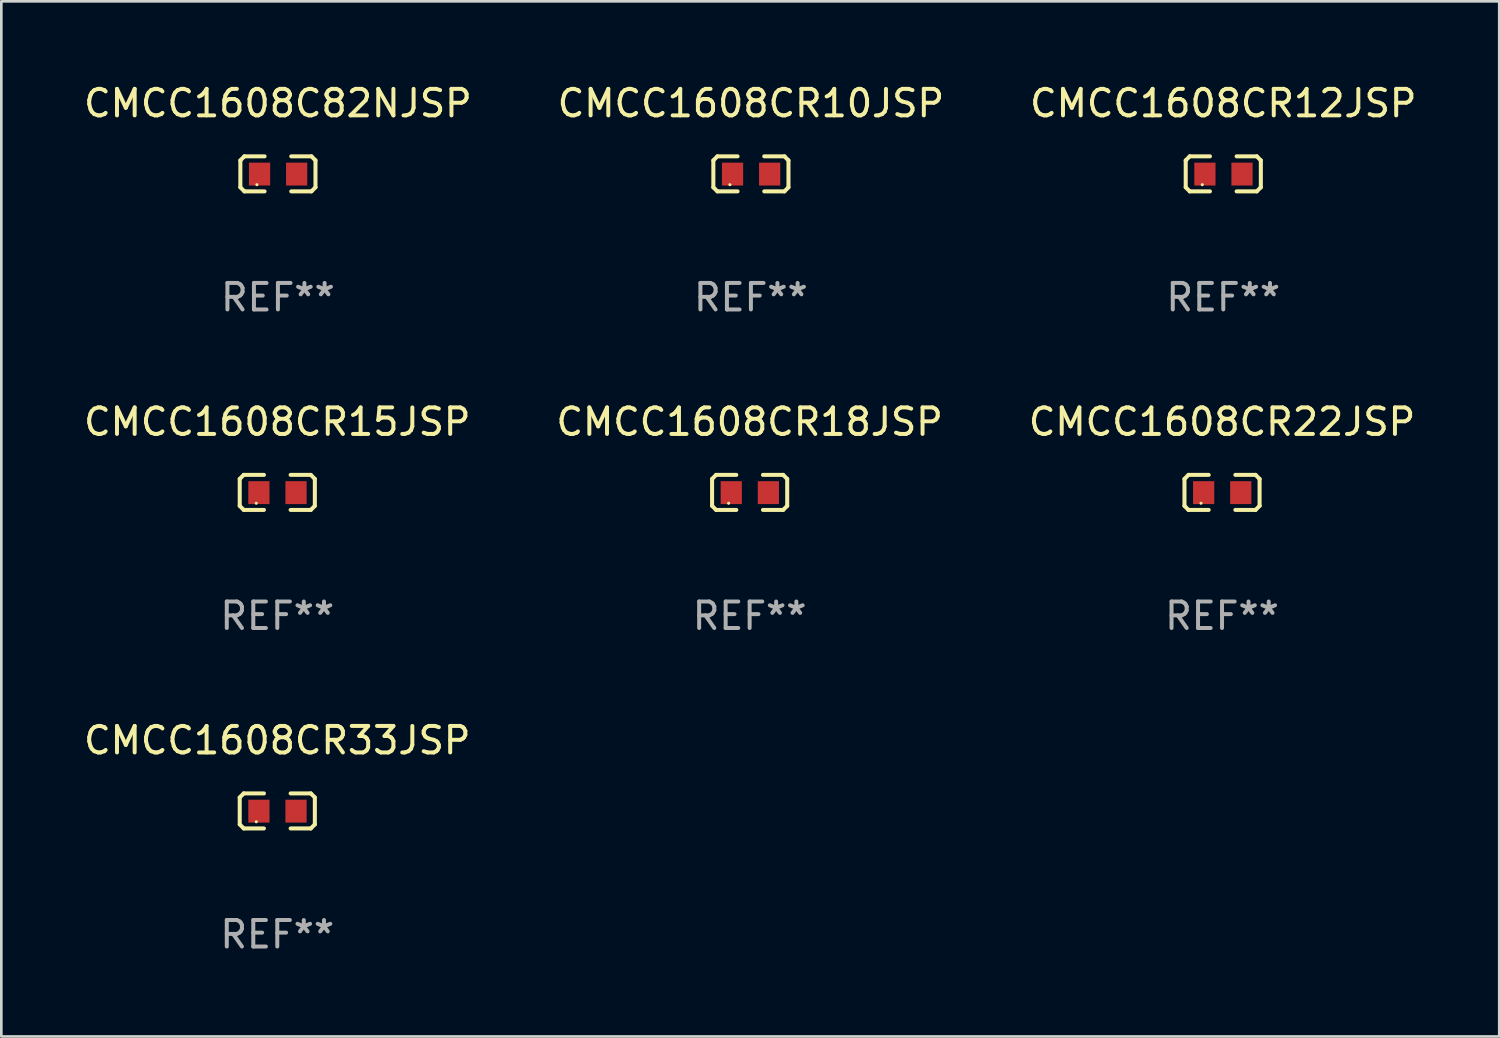
<source format=kicad_pcb>
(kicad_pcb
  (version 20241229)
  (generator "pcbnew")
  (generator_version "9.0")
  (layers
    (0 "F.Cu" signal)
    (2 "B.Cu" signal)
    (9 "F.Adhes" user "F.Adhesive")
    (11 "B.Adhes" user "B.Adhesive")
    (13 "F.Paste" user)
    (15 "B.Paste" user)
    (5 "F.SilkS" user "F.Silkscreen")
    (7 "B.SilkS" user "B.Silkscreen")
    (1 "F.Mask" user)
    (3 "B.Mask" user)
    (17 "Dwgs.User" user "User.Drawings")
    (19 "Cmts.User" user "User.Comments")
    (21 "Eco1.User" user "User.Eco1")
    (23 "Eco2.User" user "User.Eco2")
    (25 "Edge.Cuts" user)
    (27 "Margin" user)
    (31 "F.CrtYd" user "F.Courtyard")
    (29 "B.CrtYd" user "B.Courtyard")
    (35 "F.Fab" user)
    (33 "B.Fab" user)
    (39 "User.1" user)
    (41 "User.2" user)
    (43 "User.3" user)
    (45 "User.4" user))
  (footprint "CMCC1608CR15JSP"
    (layer "F.Cu")
    (at 7.411 15.527)
    (property "Reference" "CMCC1608CR15JSP" (at 0 -2.661 0) (layer "F.SilkS") (effects (font (size 1 1) (thickness 0.15))))
    (attr through_hole)
    (fp_line (start -1.417 -0.508) (end -1.265 -0.661) (stroke (width 0.152) (type solid)) (layer "F.SilkS"))
    (fp_line (start -1.417 0.508) (end -1.417 -0.508) (stroke (width 0.152) (type solid)) (layer "F.SilkS"))
    (fp_line (start -1.265 -0.661) (end -0.503 -0.661) (stroke (width 0.152) (type solid)) (layer "F.SilkS"))
    (fp_line (start -1.265 0.661) (end -1.417 0.508) (stroke (width 0.152) (type solid)) (layer "F.SilkS"))
    (fp_line (start -1.265 0.661) (end -0.503 0.661) (stroke (width 0.152) (type solid)) (layer "F.SilkS"))
    (fp_line (start 1.265 -0.661) (end 0.503 -0.661) (stroke (width 0.152) (type solid)) (layer "F.SilkS"))
    (fp_line (start 1.265 -0.661) (end 1.417 -0.508) (stroke (width 0.152) (type solid)) (layer "F.SilkS"))
    (fp_line (start 1.265 0.661) (end 0.503 0.661) (stroke (width 0.152) (type solid)) (layer "F.SilkS"))
    (fp_line (start 1.417 -0.508) (end 1.417 0.508) (stroke (width 0.152) (type solid)) (layer "F.SilkS"))
    (fp_line (start 1.417 0.508) (end 1.265 0.661) (stroke (width 0.152) (type solid)) (layer "F.SilkS"))
    (fp_circle (center -0.793 0.409) (end -0.763 0.409) (stroke (width 0.06) (type solid)) (fill no) (layer "F.SilkS"))
    (fp_text user "REF**" (at 0 4.661 0) (layer "F.Fab") (effects (font (size 1 1) (thickness 0.15))))
    (pad "1" smd rect (at -0.693 0.009 180) (size 0.8 0.864) (layers "F.Cu" "F.Mask" "F.Paste"))
    (pad "2" smd rect (at 0.707 0.009 180) (size 0.8 0.864) (layers "F.Cu" "F.Mask" "F.Paste")))
  (footprint "CMCC1608CR10JSP"
    (layer "F.Cu")
    (at 25.28 3.509)
    (property "Reference" "CMCC1608CR10JSP" (at 0 -2.661 0) (layer "F.SilkS") (effects (font (size 1 1) (thickness 0.15))))
    (attr through_hole)
    (fp_line (start -1.417 -0.508) (end -1.265 -0.661) (stroke (width 0.152) (type solid)) (layer "F.SilkS"))
    (fp_line (start -1.417 0.508) (end -1.417 -0.508) (stroke (width 0.152) (type solid)) (layer "F.SilkS"))
    (fp_line (start -1.265 -0.661) (end -0.503 -0.661) (stroke (width 0.152) (type solid)) (layer "F.SilkS"))
    (fp_line (start -1.265 0.661) (end -1.417 0.508) (stroke (width 0.152) (type solid)) (layer "F.SilkS"))
    (fp_line (start -1.265 0.661) (end -0.503 0.661) (stroke (width 0.152) (type solid)) (layer "F.SilkS"))
    (fp_line (start 1.265 -0.661) (end 0.503 -0.661) (stroke (width 0.152) (type solid)) (layer "F.SilkS"))
    (fp_line (start 1.265 -0.661) (end 1.417 -0.508) (stroke (width 0.152) (type solid)) (layer "F.SilkS"))
    (fp_line (start 1.265 0.661) (end 0.503 0.661) (stroke (width 0.152) (type solid)) (layer "F.SilkS"))
    (fp_line (start 1.417 -0.508) (end 1.417 0.508) (stroke (width 0.152) (type solid)) (layer "F.SilkS"))
    (fp_line (start 1.417 0.508) (end 1.265 0.661) (stroke (width 0.152) (type solid)) (layer "F.SilkS"))
    (fp_circle (center -0.793 0.409) (end -0.763 0.409) (stroke (width 0.06) (type solid)) (fill no) (layer "F.SilkS"))
    (fp_text user "REF**" (at 0 4.661 0) (layer "F.Fab") (effects (font (size 1 1) (thickness 0.15))))
    (pad "1" smd rect (at -0.693 0.009 180) (size 0.8 0.864) (layers "F.Cu" "F.Mask" "F.Paste"))
    (pad "2" smd rect (at 0.707 0.009 180) (size 0.8 0.864) (layers "F.Cu" "F.Mask" "F.Paste")))
  (footprint "CMCC1608CR22JSP"
    (layer "F.Cu")
    (at 43.054 15.527)
    (property "Reference" "CMCC1608CR22JSP" (at 0 -2.661 0) (layer "F.SilkS") (effects (font (size 1 1) (thickness 0.15))))
    (attr through_hole)
    (fp_line (start -1.417 -0.508) (end -1.265 -0.661) (stroke (width 0.152) (type solid)) (layer "F.SilkS"))
    (fp_line (start -1.417 0.508) (end -1.417 -0.508) (stroke (width 0.152) (type solid)) (layer "F.SilkS"))
    (fp_line (start -1.265 -0.661) (end -0.503 -0.661) (stroke (width 0.152) (type solid)) (layer "F.SilkS"))
    (fp_line (start -1.265 0.661) (end -1.417 0.508) (stroke (width 0.152) (type solid)) (layer "F.SilkS"))
    (fp_line (start -1.265 0.661) (end -0.503 0.661) (stroke (width 0.152) (type solid)) (layer "F.SilkS"))
    (fp_line (start 1.265 -0.661) (end 0.503 -0.661) (stroke (width 0.152) (type solid)) (layer "F.SilkS"))
    (fp_line (start 1.265 -0.661) (end 1.417 -0.508) (stroke (width 0.152) (type solid)) (layer "F.SilkS"))
    (fp_line (start 1.265 0.661) (end 0.503 0.661) (stroke (width 0.152) (type solid)) (layer "F.SilkS"))
    (fp_line (start 1.417 -0.508) (end 1.417 0.508) (stroke (width 0.152) (type solid)) (layer "F.SilkS"))
    (fp_line (start 1.417 0.508) (end 1.265 0.661) (stroke (width 0.152) (type solid)) (layer "F.SilkS"))
    (fp_circle (center -0.793 0.409) (end -0.763 0.409) (stroke (width 0.06) (type solid)) (fill no) (layer "F.SilkS"))
    (fp_text user "REF**" (at 0 4.661 0) (layer "F.Fab") (effects (font (size 1 1) (thickness 0.15))))
    (pad "1" smd rect (at -0.693 0.009 180) (size 0.8 0.864) (layers "F.Cu" "F.Mask" "F.Paste"))
    (pad "2" smd rect (at 0.707 0.009 180) (size 0.8 0.864) (layers "F.Cu" "F.Mask" "F.Paste")))
  (footprint "CMCC1608CR12JSP"
    (layer "F.Cu")
    (at 43.101 3.509)
    (property "Reference" "CMCC1608CR12JSP" (at 0 -2.661 0) (layer "F.SilkS") (effects (font (size 1 1) (thickness 0.15))))
    (attr through_hole)
    (fp_line (start -1.417 -0.508) (end -1.265 -0.661) (stroke (width 0.152) (type solid)) (layer "F.SilkS"))
    (fp_line (start -1.417 0.508) (end -1.417 -0.508) (stroke (width 0.152) (type solid)) (layer "F.SilkS"))
    (fp_line (start -1.265 -0.661) (end -0.503 -0.661) (stroke (width 0.152) (type solid)) (layer "F.SilkS"))
    (fp_line (start -1.265 0.661) (end -1.417 0.508) (stroke (width 0.152) (type solid)) (layer "F.SilkS"))
    (fp_line (start -1.265 0.661) (end -0.503 0.661) (stroke (width 0.152) (type solid)) (layer "F.SilkS"))
    (fp_line (start 1.265 -0.661) (end 0.503 -0.661) (stroke (width 0.152) (type solid)) (layer "F.SilkS"))
    (fp_line (start 1.265 -0.661) (end 1.417 -0.508) (stroke (width 0.152) (type solid)) (layer "F.SilkS"))
    (fp_line (start 1.265 0.661) (end 0.503 0.661) (stroke (width 0.152) (type solid)) (layer "F.SilkS"))
    (fp_line (start 1.417 -0.508) (end 1.417 0.508) (stroke (width 0.152) (type solid)) (layer "F.SilkS"))
    (fp_line (start 1.417 0.508) (end 1.265 0.661) (stroke (width 0.152) (type solid)) (layer "F.SilkS"))
    (fp_circle (center -0.793 0.409) (end -0.763 0.409) (stroke (width 0.06) (type solid)) (fill no) (layer "F.SilkS"))
    (fp_text user "REF**" (at 0 4.661 0) (layer "F.Fab") (effects (font (size 1 1) (thickness 0.15))))
    (pad "1" smd rect (at -0.693 0.009 180) (size 0.8 0.864) (layers "F.Cu" "F.Mask" "F.Paste"))
    (pad "2" smd rect (at 0.707 0.009 180) (size 0.8 0.864) (layers "F.Cu" "F.Mask" "F.Paste")))
  (footprint "CMCC1608C82NJSP"
    (layer "F.Cu")
    (at 7.435 3.509)
    (property "Reference" "CMCC1608C82NJSP" (at 0 -2.661 0) (layer "F.SilkS") (effects (font (size 1 1) (thickness 0.15))))
    (attr through_hole)
    (fp_line (start -1.417 -0.508) (end -1.265 -0.661) (stroke (width 0.152) (type solid)) (layer "F.SilkS"))
    (fp_line (start -1.417 0.508) (end -1.417 -0.508) (stroke (width 0.152) (type solid)) (layer "F.SilkS"))
    (fp_line (start -1.265 -0.661) (end -0.503 -0.661) (stroke (width 0.152) (type solid)) (layer "F.SilkS"))
    (fp_line (start -1.265 0.661) (end -1.417 0.508) (stroke (width 0.152) (type solid)) (layer "F.SilkS"))
    (fp_line (start -1.265 0.661) (end -0.503 0.661) (stroke (width 0.152) (type solid)) (layer "F.SilkS"))
    (fp_line (start 1.265 -0.661) (end 0.503 -0.661) (stroke (width 0.152) (type solid)) (layer "F.SilkS"))
    (fp_line (start 1.265 -0.661) (end 1.417 -0.508) (stroke (width 0.152) (type solid)) (layer "F.SilkS"))
    (fp_line (start 1.265 0.661) (end 0.503 0.661) (stroke (width 0.152) (type solid)) (layer "F.SilkS"))
    (fp_line (start 1.417 -0.508) (end 1.417 0.508) (stroke (width 0.152) (type solid)) (layer "F.SilkS"))
    (fp_line (start 1.417 0.508) (end 1.265 0.661) (stroke (width 0.152) (type solid)) (layer "F.SilkS"))
    (fp_circle (center -0.793 0.409) (end -0.763 0.409) (stroke (width 0.06) (type solid)) (fill no) (layer "F.SilkS"))
    (fp_text user "REF**" (at 0 4.661 0) (layer "F.Fab") (effects (font (size 1 1) (thickness 0.15))))
    (pad "1" smd rect (at -0.693 0.009 180) (size 0.8 0.864) (layers "F.Cu" "F.Mask" "F.Paste"))
    (pad "2" smd rect (at 0.707 0.009 180) (size 0.8 0.864) (layers "F.Cu" "F.Mask" "F.Paste")))
  (footprint "CMCC1608CR18JSP"
    (layer "F.Cu")
    (at 25.232 15.527)
    (property "Reference" "CMCC1608CR18JSP" (at 0 -2.661 0) (layer "F.SilkS") (effects (font (size 1 1) (thickness 0.15))))
    (attr through_hole)
    (fp_line (start -1.417 -0.508) (end -1.265 -0.661) (stroke (width 0.152) (type solid)) (layer "F.SilkS"))
    (fp_line (start -1.417 0.508) (end -1.417 -0.508) (stroke (width 0.152) (type solid)) (layer "F.SilkS"))
    (fp_line (start -1.265 -0.661) (end -0.503 -0.661) (stroke (width 0.152) (type solid)) (layer "F.SilkS"))
    (fp_line (start -1.265 0.661) (end -1.417 0.508) (stroke (width 0.152) (type solid)) (layer "F.SilkS"))
    (fp_line (start -1.265 0.661) (end -0.503 0.661) (stroke (width 0.152) (type solid)) (layer "F.SilkS"))
    (fp_line (start 1.265 -0.661) (end 0.503 -0.661) (stroke (width 0.152) (type solid)) (layer "F.SilkS"))
    (fp_line (start 1.265 -0.661) (end 1.417 -0.508) (stroke (width 0.152) (type solid)) (layer "F.SilkS"))
    (fp_line (start 1.265 0.661) (end 0.503 0.661) (stroke (width 0.152) (type solid)) (layer "F.SilkS"))
    (fp_line (start 1.417 -0.508) (end 1.417 0.508) (stroke (width 0.152) (type solid)) (layer "F.SilkS"))
    (fp_line (start 1.417 0.508) (end 1.265 0.661) (stroke (width 0.152) (type solid)) (layer "F.SilkS"))
    (fp_circle (center -0.793 0.409) (end -0.763 0.409) (stroke (width 0.06) (type solid)) (fill no) (layer "F.SilkS"))
    (fp_text user "REF**" (at 0 4.661 0) (layer "F.Fab") (effects (font (size 1 1) (thickness 0.15))))
    (pad "1" smd rect (at -0.693 0.009 180) (size 0.8 0.864) (layers "F.Cu" "F.Mask" "F.Paste"))
    (pad "2" smd rect (at 0.707 0.009 180) (size 0.8 0.864) (layers "F.Cu" "F.Mask" "F.Paste")))
  (footprint "CMCC1608CR33JSP"
    (layer "F.Cu")
    (at 7.411 27.544)
    (property "Reference" "CMCC1608CR33JSP" (at 0 -2.661 0) (layer "F.SilkS") (effects (font (size 1 1) (thickness 0.15))))
    (attr through_hole)
    (fp_line (start -1.417 -0.508) (end -1.265 -0.661) (stroke (width 0.152) (type solid)) (layer "F.SilkS"))
    (fp_line (start -1.417 0.508) (end -1.417 -0.508) (stroke (width 0.152) (type solid)) (layer "F.SilkS"))
    (fp_line (start -1.265 -0.661) (end -0.503 -0.661) (stroke (width 0.152) (type solid)) (layer "F.SilkS"))
    (fp_line (start -1.265 0.661) (end -1.417 0.508) (stroke (width 0.152) (type solid)) (layer "F.SilkS"))
    (fp_line (start -1.265 0.661) (end -0.503 0.661) (stroke (width 0.152) (type solid)) (layer "F.SilkS"))
    (fp_line (start 1.265 -0.661) (end 0.503 -0.661) (stroke (width 0.152) (type solid)) (layer "F.SilkS"))
    (fp_line (start 1.265 -0.661) (end 1.417 -0.508) (stroke (width 0.152) (type solid)) (layer "F.SilkS"))
    (fp_line (start 1.265 0.661) (end 0.503 0.661) (stroke (width 0.152) (type solid)) (layer "F.SilkS"))
    (fp_line (start 1.417 -0.508) (end 1.417 0.508) (stroke (width 0.152) (type solid)) (layer "F.SilkS"))
    (fp_line (start 1.417 0.508) (end 1.265 0.661) (stroke (width 0.152) (type solid)) (layer "F.SilkS"))
    (fp_circle (center -0.793 0.409) (end -0.763 0.409) (stroke (width 0.06) (type solid)) (fill no) (layer "F.SilkS"))
    (fp_text user "REF**" (at 0 4.661 0) (layer "F.Fab") (effects (font (size 1 1) (thickness 0.15))))
    (pad "1" smd rect (at -0.693 0.009 180) (size 0.8 0.864) (layers "F.Cu" "F.Mask" "F.Paste"))
    (pad "2" smd rect (at 0.707 0.009 180) (size 0.8 0.864) (layers "F.Cu" "F.Mask" "F.Paste")))
  (gr_rect
    (start -3 -3)
    (end 53.512 36.053)
    (stroke (width 0.1) (type default))
    (fill no)
    (layer "Edge.Cuts")))
</source>
